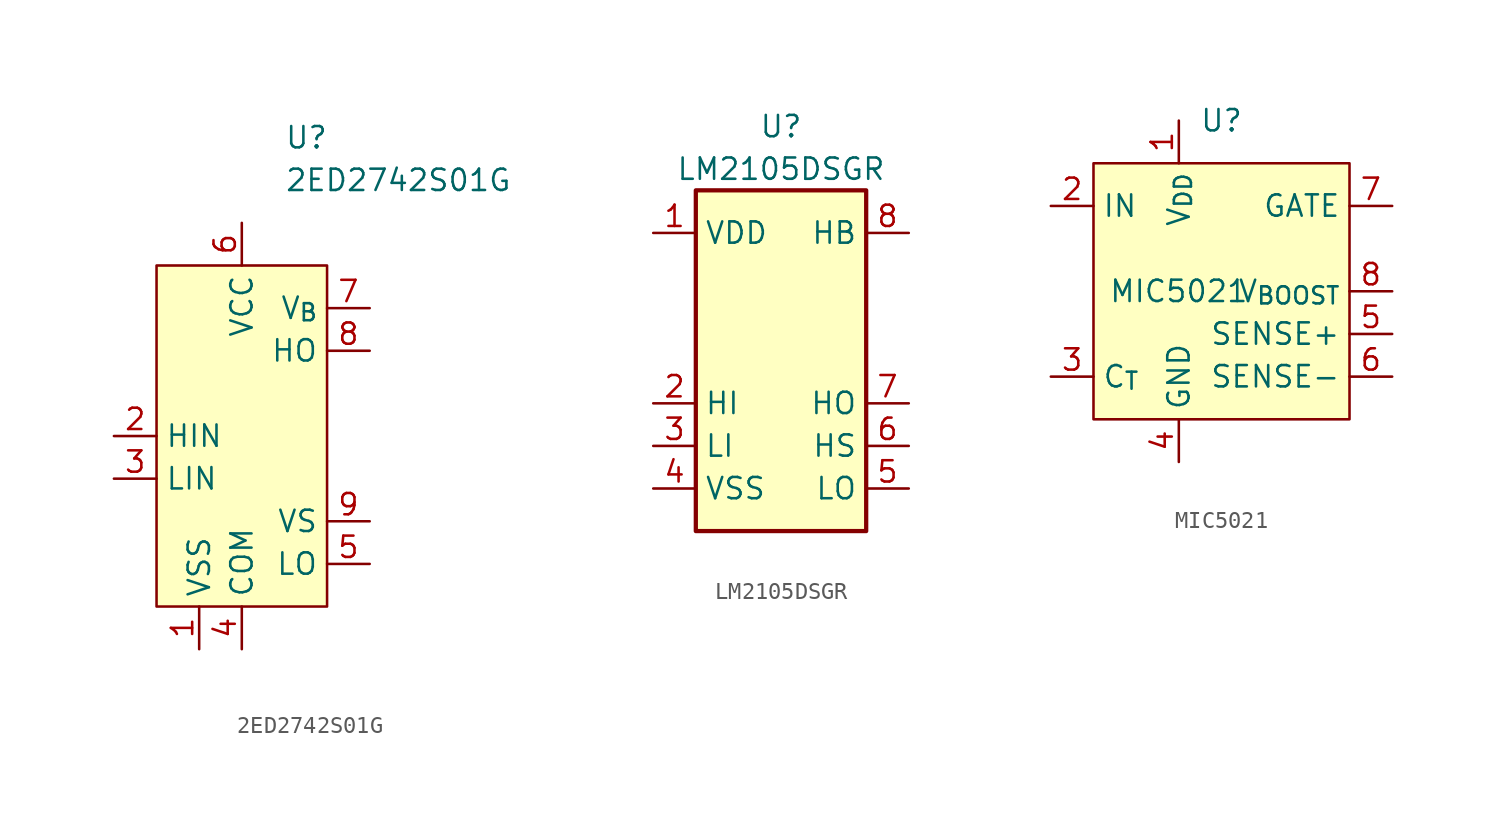
<source format=kicad_sym>
(kicad_symbol_lib
  (version 20231120)
  (generator "kicad_symbol_editor")
  (generator_version "8.0")
  (symbol "2ED2742S01G"
    (property "Reference" "U"
      (at 2.54 17.78 0)
      (effects (font (size 1.27 1.27)) (justify left)))
    (property "Value" "2ED2742S01G"
      (at 2.54 15.24 0)
      (effects (font (size 1.27 1.27)) (justify left)))
    (symbol "2ED2742S01G_0_0"
      (pin power_in line (at -2.54 -12.7 90) (length 2.54) (name "VSS" (effects (font (size 1.27 1.27)))) (number "1" (effects (font (size 1.27 1.27)))))
      (pin input line (at -7.62 0 0) (length 2.54) (name "HIN" (effects (font (size 1.27 1.27)))) (number "2" (effects (font (size 1.27 1.27)))))
      (pin input line (at -7.62 -2.54 0) (length 2.54) (name "LIN" (effects (font (size 1.27 1.27)))) (number "3" (effects (font (size 1.27 1.27)))))
      (pin power_in line (at 0 -12.7 90) (length 2.54) (name "COM" (effects (font (size 1.27 1.27)))) (number "4" (effects (font (size 1.27 1.27)))))
      (pin output line (at 7.62 -7.62 180) (length 2.54) (name "LO" (effects (font (size 1.27 1.27)))) (number "5" (effects (font (size 1.27 1.27)))))
      (pin power_in line (at 0 12.7 270) (length 2.54) (name "VCC" (effects (font (size 1.27 1.27)))) (number "6" (effects (font (size 1.27 1.27)))))
      (pin passive line (at 7.62 7.62 180) (length 2.54) (name "V_{B}" (effects (font (size 1.27 1.27)))) (number "7" (effects (font (size 1.27 1.27)))))
      (pin output line (at 7.62 5.08 180) (length 2.54) (name "HO" (effects (font (size 1.27 1.27)))) (number "8" (effects (font (size 1.27 1.27)))))
      (pin passive line (at 7.62 -5.08 180) (length 2.54) (name "VS" (effects (font (size 1.27 1.27)))) (number "9" (effects (font (size 1.27 1.27))))))
    (symbol "2ED2742S01G_1_0"
      (pin no_connect line (at -5.08 5.08 0) (length 2.54) hide (name "NC" (effects (font (size 1.27 1.27)))) (number "10" (effects (font (size 1.27 1.27)))))
      (pin passive line (at -2.54 -12.7 90) (length 2.54) hide (name "VSS" (effects (font (size 1.27 1.27)))) (number "11" (effects (font (size 1.27 1.27))))))
    (symbol "2ED2742S01G_1_1"
      (rectangle (start -5.08 10.16) (end 5.08 -10.16) (stroke (width 0) (type default)) (fill (type background)))))
  (symbol "LM2105DSGR"
    (property "Reference" "U"
      (at 0 13.97 0)
      (effects (font (size 1.27 1.27))))
    (property "Value" "LM2105DSGR"
      (at 0 11.43 0)
      (effects (font (size 1.27 1.27))))
    (symbol "LM2105DSGR_0_1"
      (rectangle (start -5.08 -10.16) (end 5.08 10.16) (stroke (width 0.254) (type default)) (fill (type background))))
    (symbol "LM2105DSGR_1_1"
      (pin power_in line (at -7.62 7.62 0) (length 2.54) (name "VDD" (effects (font (size 1.27 1.27)))) (number "1" (effects (font (size 1.27 1.27)))))
      (pin input line (at -7.62 -2.54 0) (length 2.54) (name "HI" (effects (font (size 1.27 1.27)))) (number "2" (effects (font (size 1.27 1.27)))))
      (pin input line (at -7.62 -5.08 0) (length 2.54) (name "LI" (effects (font (size 1.27 1.27)))) (number "3" (effects (font (size 1.27 1.27)))))
      (pin power_in line (at -7.62 -7.62 0) (length 2.54) (name "VSS" (effects (font (size 1.27 1.27)))) (number "4" (effects (font (size 1.27 1.27)))))
      (pin output line (at 7.62 -7.62 180) (length 2.54) (name "LO" (effects (font (size 1.27 1.27)))) (number "5" (effects (font (size 1.27 1.27)))))
      (pin passive line (at 7.62 -5.08 180) (length 2.54) (name "HS" (effects (font (size 1.27 1.27)))) (number "6" (effects (font (size 1.27 1.27)))))
      (pin output line (at 7.62 -2.54 180) (length 2.54) (name "HO" (effects (font (size 1.27 1.27)))) (number "7" (effects (font (size 1.27 1.27)))))
      (pin passive line (at 7.62 7.62 180) (length 2.54) (name "HB" (effects (font (size 1.27 1.27)))) (number "8" (effects (font (size 1.27 1.27)))))
      (pin passive line (at -7.62 -7.62 0) (length 2.54) hide (name "VSS" (effects (font (size 1.27 1.27)))) (number "9" (effects (font (size 1.27 1.27)))))))
  (symbol "MIC5021"
    (property "Reference" "U"
      (at 0 10.16 0)
      (effects (font (size 1.27 1.27))))
    (property "Value" "MIC5021"
      (at -2.54 0 0)
      (effects (font (size 1.27 1.27))))
    (symbol "MIC5021_0_0"
      (pin power_in line (at -2.54 10.16 270) (length 2.54) (name "V_{DD}" (effects (font (size 1.27 1.27)))) (number "1" (effects (font (size 1.27 1.27)))))
      (pin input line (at -10.16 5.08 0) (length 2.54) (name "IN" (effects (font (size 1.27 1.27)))) (number "2" (effects (font (size 1.27 1.27)))))
      (pin passive line (at -10.16 -5.08 0) (length 2.54) (name "C_{T}" (effects (font (size 1.27 1.27)))) (number "3" (effects (font (size 1.27 1.27)))))
      (pin power_in line (at -2.54 -10.16 90) (length 2.54) (name "GND" (effects (font (size 1.27 1.27)))) (number "4" (effects (font (size 1.27 1.27)))))
      (pin input line (at 10.16 -2.54 180) (length 2.54) (name "SENSE+" (effects (font (size 1.27 1.27)))) (number "5" (effects (font (size 1.27 1.27)))))
      (pin input line (at 10.16 -5.08 180) (length 2.54) (name "SENSE-" (effects (font (size 1.27 1.27)))) (number "6" (effects (font (size 1.27 1.27)))))
      (pin output line (at 10.16 5.08 180) (length 2.54) (name "GATE" (effects (font (size 1.27 1.27)))) (number "7" (effects (font (size 1.27 1.27)))))
      (pin passive line (at 10.16 0 180) (length 2.54) (name "V_{BOOST}" (effects (font (size 1.27 1.27)))) (number "8" (effects (font (size 1.27 1.27))))))
    (symbol "MIC5021_1_1"
      (rectangle (start -7.62 7.62) (end 7.62 -7.62) (stroke (width 0) (type default)) (fill (type background))))))
</source>
